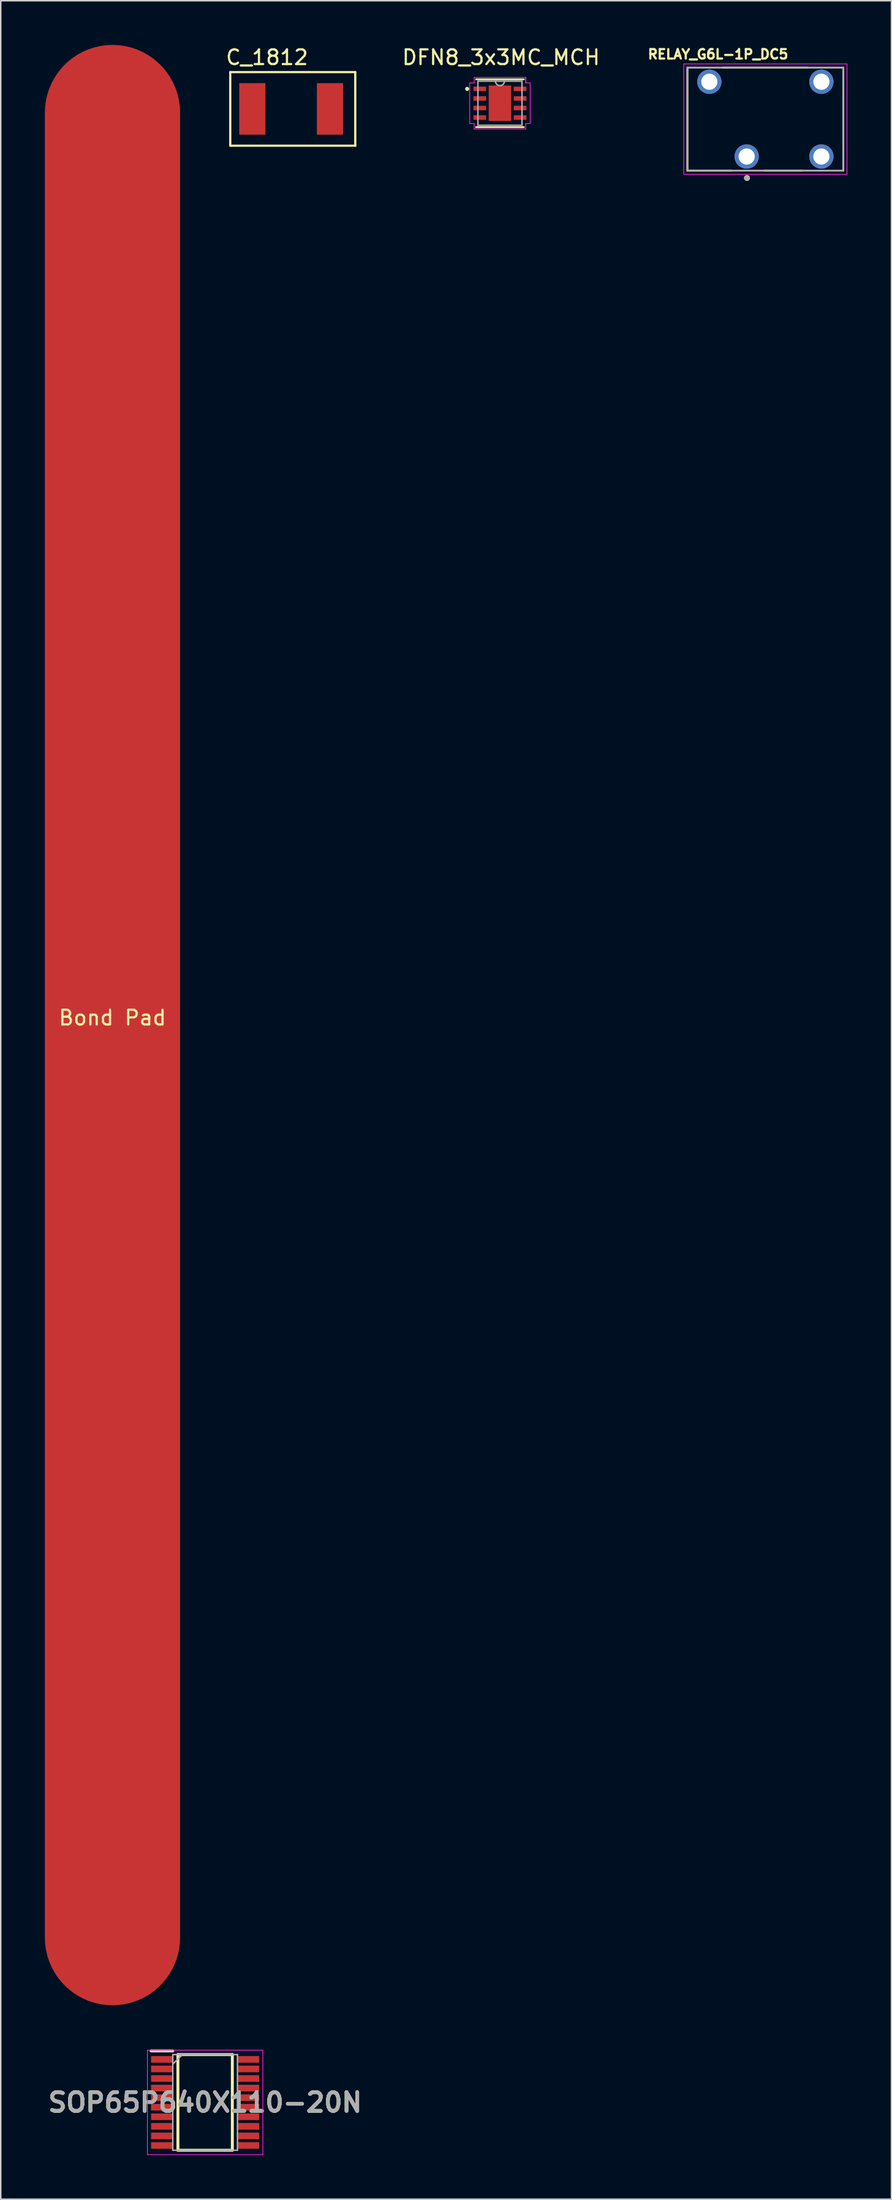
<source format=kicad_pcb>
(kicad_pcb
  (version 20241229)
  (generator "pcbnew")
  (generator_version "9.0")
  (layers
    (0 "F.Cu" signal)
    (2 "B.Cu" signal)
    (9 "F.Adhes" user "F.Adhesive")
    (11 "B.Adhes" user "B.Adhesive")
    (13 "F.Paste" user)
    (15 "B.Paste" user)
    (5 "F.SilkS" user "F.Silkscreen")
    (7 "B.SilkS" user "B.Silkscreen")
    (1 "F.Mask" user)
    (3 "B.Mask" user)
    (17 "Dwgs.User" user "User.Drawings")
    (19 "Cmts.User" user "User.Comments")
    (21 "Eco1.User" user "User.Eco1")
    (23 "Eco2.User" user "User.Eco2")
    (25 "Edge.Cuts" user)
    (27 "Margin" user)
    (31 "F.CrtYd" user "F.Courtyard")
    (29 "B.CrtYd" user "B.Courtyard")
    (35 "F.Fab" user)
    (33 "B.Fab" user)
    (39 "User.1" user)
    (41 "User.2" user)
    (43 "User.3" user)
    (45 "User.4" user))
  (footprint "Bond Pad"
    (layer "F.Cu")
    (at 4.598 66.596)
    (property "Reference" "Bond Pad" (at 0 -0.5 0) (unlocked yes) (layer "F.SilkS") (effects (font (size 1 1) (thickness 0.15))))
    (attr smd exclude_from_pos_files exclude_from_bom)
    (pad "1" smd roundrect (at 0 0) (size 9.196 133.192) (layers "F.Cu" "F.Mask") (roundrect_rratio 0.5) (chamfer_ratio 0.2) (chamfer)))
  (footprint "DFN8_3x3MC_MCH"
    (layer "F.Cu")
    (at 30.946 3.963)
    (property "Reference" "DFN8_3x3MC_MCH" (at 0.075 -3.115 0) (layer "F.SilkS") (effects (font (size 1 1) (thickness 0.15))))
    (attr through_hole)
    (fp_line (start -1.626 1.625) (end 1.625 1.625) (stroke (width 0.12) (type solid)) (layer "F.SilkS"))
    (fp_line (start 1.626 -1.626) (end -1.626 -1.626) (stroke (width 0.12) (type solid)) (layer "F.SilkS"))
    (fp_circle (center -2.23 -0.975) (end -2.154 -0.975) (stroke (width 0.12) (type solid)) (fill no) (layer "F.SilkS"))
    (fp_line (start -2.057 -1.381) (end -1.753 -1.381) (stroke (width 0.05) (type solid)) (layer "F.CrtYd"))
    (fp_line (start -2.057 1.381) (end -2.057 -1.381) (stroke (width 0.05) (type solid)) (layer "F.CrtYd"))
    (fp_line (start -2.057 1.381) (end -1.753 1.381) (stroke (width 0.05) (type solid)) (layer "F.CrtYd"))
    (fp_line (start -1.753 -1.753) (end 1.753 -1.753) (stroke (width 0.05) (type solid)) (layer "F.CrtYd"))
    (fp_line (start -1.753 -1.381) (end -1.753 -1.753) (stroke (width 0.05) (type solid)) (layer "F.CrtYd"))
    (fp_line (start -1.753 1.381) (end -1.753 1.753) (stroke (width 0.05) (type solid)) (layer "F.CrtYd"))
    (fp_line (start 1.753 -1.753) (end 1.753 -1.381) (stroke (width 0.05) (type solid)) (layer "F.CrtYd"))
    (fp_line (start 1.753 -1.753) (end 1.753 -1.381) (stroke (width 0.05) (type solid)) (layer "F.CrtYd"))
    (fp_line (start 1.753 1.381) (end 2.057 1.381) (stroke (width 0.05) (type solid)) (layer "F.CrtYd"))
    (fp_line (start 1.753 1.753) (end -1.753 1.753) (stroke (width 0.05) (type solid)) (layer "F.CrtYd"))
    (fp_line (start 1.753 1.753) (end 1.753 1.381) (stroke (width 0.05) (type solid)) (layer "F.CrtYd"))
    (fp_line (start 2.057 -1.381) (end 1.753 -1.381) (stroke (width 0.05) (type solid)) (layer "F.CrtYd"))
    (fp_line (start 2.057 -1.381) (end 2.057 1.381) (stroke (width 0.05) (type solid)) (layer "F.CrtYd"))
    (fp_line (start -1.499 -1.499) (end -1.499 1.499) (stroke (width 0.1) (type solid)) (layer "F.Fab"))
    (fp_line (start -1.499 1.499) (end 1.499 1.499) (stroke (width 0.1) (type solid)) (layer "F.Fab"))
    (fp_line (start 1.499 -1.499) (end -1.499 -1.499) (stroke (width 0.1) (type solid)) (layer "F.Fab"))
    (fp_line (start 1.499 1.499) (end 1.499 -1.499) (stroke (width 0.1) (type solid)) (layer "F.Fab"))
    (fp_arc (start 0.3048 -1.4986) (mid 0 -1.1938) (end -0.3048 -1.4986) (stroke (width 0.1) (type solid)) (layer "F.Fab"))
    (pad "1" smd rect (at -1.372 -0.975) (size 0.864 0.305) (layers "F.Cu" "F.Mask" "F.Paste"))
    (pad "2" smd rect (at -1.372 -0.325) (size 0.864 0.305) (layers "F.Cu" "F.Mask" "F.Paste"))
    (pad "3" smd rect (at -1.372 0.325) (size 0.864 0.305) (layers "F.Cu" "F.Mask" "F.Paste"))
    (pad "4" smd rect (at -1.372 0.975) (size 0.864 0.305) (layers "F.Cu" "F.Mask" "F.Paste"))
    (pad "5" smd rect (at 1.372 0.975) (size 0.864 0.305) (layers "F.Cu" "F.Mask" "F.Paste"))
    (pad "6" smd rect (at 1.372 0.325) (size 0.864 0.305) (layers "F.Cu" "F.Mask" "F.Paste"))
    (pad "7" smd rect (at 1.372 -0.325) (size 0.864 0.305) (layers "F.Cu" "F.Mask" "F.Paste"))
    (pad "8" smd rect (at 1.372 -0.975) (size 0.864 0.305) (layers "F.Cu" "F.Mask" "F.Paste"))
    (pad "9" smd rect (at 0 0) (size 1.53 2.413) (layers "F.Cu" "F.Mask" "F.Paste")))
  (footprint "SOP65P640X110-20N"
    (layer "F.Cu")
    (at 10.898 139.792)
    (property "Reference" "SOP65P640X110-20N" (at 0 0 0) (layer "F.SilkS") (effects (font (size 1.27 1.27) (thickness 0.254))))
    (attr smd)
    (fp_line (start -3.675 -3.5) (end -2.2 -3.5) (stroke (width 0.2) (type solid)) (layer "F.SilkS"))
    (fp_line (start -1.85 -3.25) (end 1.85 -3.25) (stroke (width 0.2) (type solid)) (layer "F.SilkS"))
    (fp_line (start -1.85 3.25) (end -1.85 -3.25) (stroke (width 0.2) (type solid)) (layer "F.SilkS"))
    (fp_line (start 1.85 -3.25) (end 1.85 3.25) (stroke (width 0.2) (type solid)) (layer "F.SilkS"))
    (fp_line (start 1.85 3.25) (end -1.85 3.25) (stroke (width 0.2) (type solid)) (layer "F.SilkS"))
    (fp_line (start -3.925 -3.55) (end 3.925 -3.55) (stroke (width 0.05) (type solid)) (layer "F.CrtYd"))
    (fp_line (start -3.925 3.55) (end -3.925 -3.55) (stroke (width 0.05) (type solid)) (layer "F.CrtYd"))
    (fp_line (start 3.925 -3.55) (end 3.925 3.55) (stroke (width 0.05) (type solid)) (layer "F.CrtYd"))
    (fp_line (start 3.925 3.55) (end -3.925 3.55) (stroke (width 0.05) (type solid)) (layer "F.CrtYd"))
    (fp_line (start -2.2 -3.25) (end 2.2 -3.25) (stroke (width 0.1) (type solid)) (layer "F.Fab"))
    (fp_line (start -2.2 -2.6) (end -1.55 -3.25) (stroke (width 0.1) (type solid)) (layer "F.Fab"))
    (fp_line (start -2.2 3.25) (end -2.2 -3.25) (stroke (width 0.1) (type solid)) (layer "F.Fab"))
    (fp_line (start 2.2 -3.25) (end 2.2 3.25) (stroke (width 0.1) (type solid)) (layer "F.Fab"))
    (fp_line (start 2.2 3.25) (end -2.2 3.25) (stroke (width 0.1) (type solid)) (layer "F.Fab"))
    (fp_text user "${REFERENCE}" (at 0 0 0) (layer "F.Fab") (effects (font (size 1.27 1.27) (thickness 0.254))))
    (pad "1" smd rect (at -2.938 -2.925 90) (size 0.45 1.475) (layers "F.Cu" "F.Mask" "F.Paste"))
    (pad "2" smd rect (at -2.938 -2.275 90) (size 0.45 1.475) (layers "F.Cu" "F.Mask" "F.Paste"))
    (pad "3" smd rect (at -2.938 -1.625 90) (size 0.45 1.475) (layers "F.Cu" "F.Mask" "F.Paste"))
    (pad "4" smd rect (at -2.938 -0.975 90) (size 0.45 1.475) (layers "F.Cu" "F.Mask" "F.Paste"))
    (pad "5" smd rect (at -2.938 -0.325 90) (size 0.45 1.475) (layers "F.Cu" "F.Mask" "F.Paste"))
    (pad "6" smd rect (at -2.938 0.325 90) (size 0.45 1.475) (layers "F.Cu" "F.Mask" "F.Paste"))
    (pad "7" smd rect (at -2.938 0.975 90) (size 0.45 1.475) (layers "F.Cu" "F.Mask" "F.Paste"))
    (pad "8" smd rect (at -2.938 1.625 90) (size 0.45 1.475) (layers "F.Cu" "F.Mask" "F.Paste"))
    (pad "9" smd rect (at -2.938 2.275 90) (size 0.45 1.475) (layers "F.Cu" "F.Mask" "F.Paste"))
    (pad "10" smd rect (at -2.938 2.925 90) (size 0.45 1.475) (layers "F.Cu" "F.Mask" "F.Paste"))
    (pad "11" smd rect (at 2.938 2.925 90) (size 0.45 1.475) (layers "F.Cu" "F.Mask" "F.Paste"))
    (pad "12" smd rect (at 2.938 2.275 90) (size 0.45 1.475) (layers "F.Cu" "F.Mask" "F.Paste"))
    (pad "13" smd rect (at 2.938 1.625 90) (size 0.45 1.475) (layers "F.Cu" "F.Mask" "F.Paste"))
    (pad "14" smd rect (at 2.938 0.975 90) (size 0.45 1.475) (layers "F.Cu" "F.Mask" "F.Paste"))
    (pad "15" smd rect (at 2.938 0.325 90) (size 0.45 1.475) (layers "F.Cu" "F.Mask" "F.Paste"))
    (pad "16" smd rect (at 2.938 -0.325 90) (size 0.45 1.475) (layers "F.Cu" "F.Mask" "F.Paste"))
    (pad "17" smd rect (at 2.938 -0.975 90) (size 0.45 1.475) (layers "F.Cu" "F.Mask" "F.Paste"))
    (pad "18" smd rect (at 2.938 -1.625 90) (size 0.45 1.475) (layers "F.Cu" "F.Mask" "F.Paste"))
    (pad "19" smd rect (at 2.938 -2.275 90) (size 0.45 1.475) (layers "F.Cu" "F.Mask" "F.Paste"))
    (pad "20" smd rect (at 2.938 -2.925 90) (size 0.45 1.475) (layers "F.Cu" "F.Mask" "F.Paste")))
  (footprint "C_1812"
    (layer "F.Cu")
    (at 14.107 4.348)
    (property "Reference" "C_1812" (at 1 -3.5 0) (layer "F.SilkS") (effects (font (size 1 1) (thickness 0.15))))
    (attr through_hole)
    (fp_line (start -1.5 -2.5) (end 7 -2.5) (stroke (width 0.15) (type solid)) (layer "F.SilkS"))
    (fp_line (start -1.5 2.5) (end -1.5 -2.5) (stroke (width 0.15) (type solid)) (layer "F.SilkS"))
    (fp_line (start 7 -2.5) (end 7 2.5) (stroke (width 0.15) (type solid)) (layer "F.SilkS"))
    (fp_line (start 7 2.5) (end -1.5 2.5) (stroke (width 0.15) (type solid)) (layer "F.SilkS"))
    (pad "1" smd rect (at 0 0) (size 1.78 3.5) (layers "F.Cu" "F.Mask" "F.Paste"))
    (pad "2" smd rect (at 5.28 0) (size 1.78 3.5) (layers "F.Cu" "F.Mask" "F.Paste")))
  (footprint "RELAY_G6L-1P_DC5"
    (layer "F.Cu")
    (at 48.994 5.044)
    (property "Reference" "RELAY_G6L-1P_DC5" (at -3.218 -4.406 0) (layer "F.SilkS") (effects (font (size 0.64 0.64) (thickness 0.15))))
    (attr through_hole)
    (fp_line (start -5.3 -3.5) (end -5.3 3.5) (stroke (width 0.127) (type solid)) (layer "F.SilkS"))
    (fp_line (start -5.3 3.5) (end -2.3 3.5) (stroke (width 0.127) (type solid)) (layer "F.SilkS"))
    (fp_line (start -0.1 3.5) (end 2.5 3.5) (stroke (width 0.127) (type solid)) (layer "F.SilkS"))
    (fp_line (start 2.9 -3.5) (end -2.9 -3.5) (stroke (width 0.127) (type solid)) (layer "F.SilkS"))
    (fp_line (start 5.3 3.5) (end 5.3 -3.5) (stroke (width 0.127) (type solid)) (layer "F.SilkS"))
    (fp_circle (center -1.25 4) (end -1.15 4) (stroke (width 0.2) (type solid)) (fill no) (layer "F.SilkS"))
    (fp_line (start -5.55 -3.75) (end -5.55 3.75) (stroke (width 0.05) (type solid)) (layer "F.CrtYd"))
    (fp_line (start -5.55 3.75) (end 5.55 3.75) (stroke (width 0.05) (type solid)) (layer "F.CrtYd"))
    (fp_line (start 5.55 -3.75) (end -5.55 -3.75) (stroke (width 0.05) (type solid)) (layer "F.CrtYd"))
    (fp_line (start 5.55 3.75) (end 5.55 -3.75) (stroke (width 0.05) (type solid)) (layer "F.CrtYd"))
    (fp_line (start -5.3 -3.5) (end -5.3 3.5) (stroke (width 0.127) (type solid)) (layer "F.Fab"))
    (fp_line (start -5.3 3.5) (end 5.3 3.5) (stroke (width 0.127) (type solid)) (layer "F.Fab"))
    (fp_line (start 5.3 -3.5) (end -5.3 -3.5) (stroke (width 0.127) (type solid)) (layer "F.Fab"))
    (fp_line (start 5.3 3.5) (end 5.3 -3.5) (stroke (width 0.127) (type solid)) (layer "F.Fab"))
    (fp_circle (center -1.25 4) (end -1.15 4) (stroke (width 0.2) (type solid)) (fill no) (layer "F.Fab"))
    (pad "2" thru_hole circle (at -1.27 2.54) (size 1.65 1.65) (drill 1.1) (layers "*.Cu" "*.Mask"))
    (pad "4" thru_hole circle (at 3.81 2.54) (size 1.65 1.65) (drill 1.1) (layers "*.Cu" "*.Mask"))
    (pad "5" thru_hole circle (at 3.81 -2.54) (size 1.65 1.65) (drill 1.1) (layers "*.Cu" "*.Mask"))
    (pad "8" thru_hole circle (at -3.81 -2.54) (size 1.65 1.65) (drill 1.1) (layers "*.Cu" "*.Mask")))
  (gr_rect
    (start -3 -3)
    (end 57.569 146.368)
    (stroke (width 0.1) (type default))
    (fill no)
    (layer "Edge.Cuts")))
</source>
